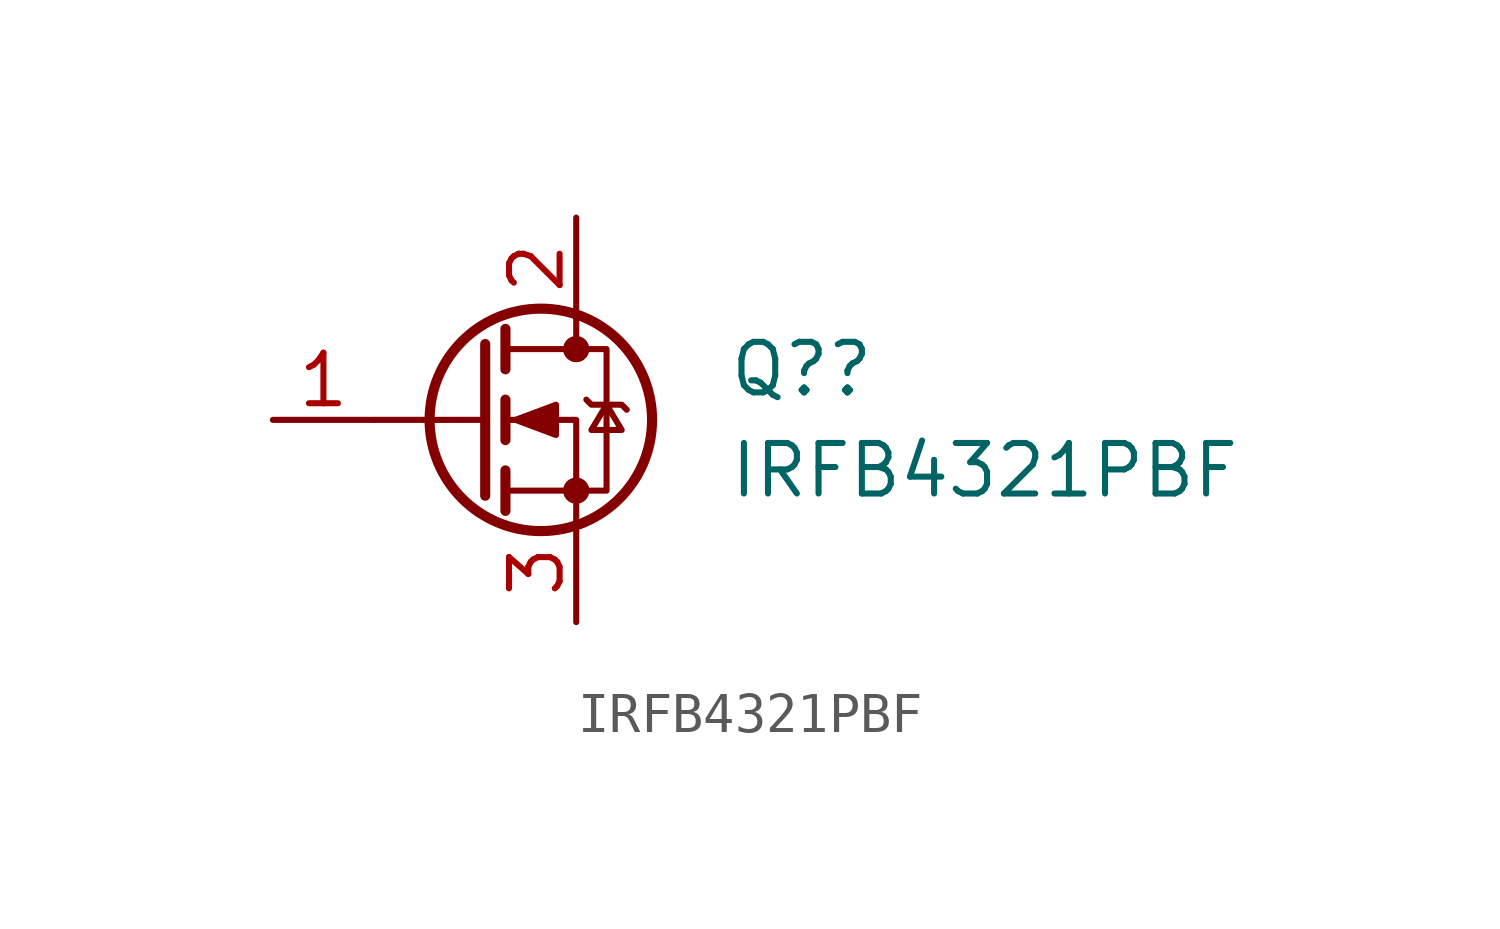
<source format=kicad_sym>
(kicad_symbol_lib
  (version 20211014)
  (generator kicad_symbol_editor)
  (symbol "IRFB4321PBF"
    (pin_names hide)
    (property "Reference" "Q?"
      (at 6.35 1.27 0)
      (effects (font (size 1.27 1.27)) (justify left)))
    (property "Value" "IRFB4321PBF"
      (at 6.35 -1.27 0)
      (effects (font (size 1.27 1.27)) (justify left)))
    (symbol "IRFB4321PBF_0_1"
      (polyline (pts (xy 0.254 0) (xy -2.54 0)) (stroke (width 0) (type default) (color 0 0 0 0)) (fill (type none)))
      (polyline (pts (xy 0.254 1.905) (xy 0.254 -1.905)) (stroke (width 0.254) (type default) (color 0 0 0 0)) (fill (type none)))
      (polyline (pts (xy 0.762 -1.27) (xy 0.762 -2.286)) (stroke (width 0.254) (type default) (color 0 0 0 0)) (fill (type none)))
      (polyline (pts (xy 0.762 0.508) (xy 0.762 -0.508)) (stroke (width 0.254) (type default) (color 0 0 0 0)) (fill (type none)))
      (polyline (pts (xy 0.762 2.286) (xy 0.762 1.27)) (stroke (width 0.254) (type default) (color 0 0 0 0)) (fill (type none)))
      (polyline (pts (xy 2.54 2.54) (xy 2.54 1.778)) (stroke (width 0) (type default) (color 0 0 0 0)) (fill (type none)))
      (polyline (pts (xy 2.54 -2.54) (xy 2.54 0) (xy 0.762 0)) (stroke (width 0) (type default) (color 0 0 0 0)) (fill (type none)))
      (polyline (pts (xy 0.762 -1.778) (xy 3.302 -1.778) (xy 3.302 1.778) (xy 0.762 1.778)) (stroke (width 0) (type default) (color 0 0 0 0)) (fill (type none)))
      (polyline (pts (xy 1.016 0) (xy 2.032 0.381) (xy 2.032 -0.381) (xy 1.016 0)) (stroke (width 0) (type default) (color 0 0 0 0)) (fill (type outline)))
      (polyline (pts (xy 2.794 0.508) (xy 2.921 0.381) (xy 3.683 0.381) (xy 3.81 0.254)) (stroke (width 0) (type default) (color 0 0 0 0)) (fill (type none)))
      (polyline (pts (xy 3.302 0.381) (xy 2.921 -0.254) (xy 3.683 -0.254) (xy 3.302 0.381)) (stroke (width 0) (type default) (color 0 0 0 0)) (fill (type none)))
      (circle (center 1.651 0) (radius 2.794) (stroke (width 0.254) (type default) (color 0 0 0 0)) (fill (type none)))
      (circle (center 2.54 -1.778) (radius 0.254) (stroke (width 0) (type default) (color 0 0 0 0)) (fill (type outline)))
      (circle (center 2.54 1.778) (radius 0.254) (stroke (width 0) (type default) (color 0 0 0 0)) (fill (type outline))))
    (symbol "IRFB4321PBF_1_1"
      (pin input line (at -5.08 0 0) (length 2.54) (name "G" (effects (font (size 1.27 1.27)))) (number "1" (effects (font (size 1.27 1.27)))))
      (pin passive line (at 2.54 5.08 270) (length 2.54) (name "D" (effects (font (size 1.27 1.27)))) (number "2" (effects (font (size 1.27 1.27)))))
      (pin passive line (at 2.54 -5.08 90) (length 2.54) (name "S" (effects (font (size 1.27 1.27)))) (number "3" (effects (font (size 1.27 1.27))))))))
</source>
